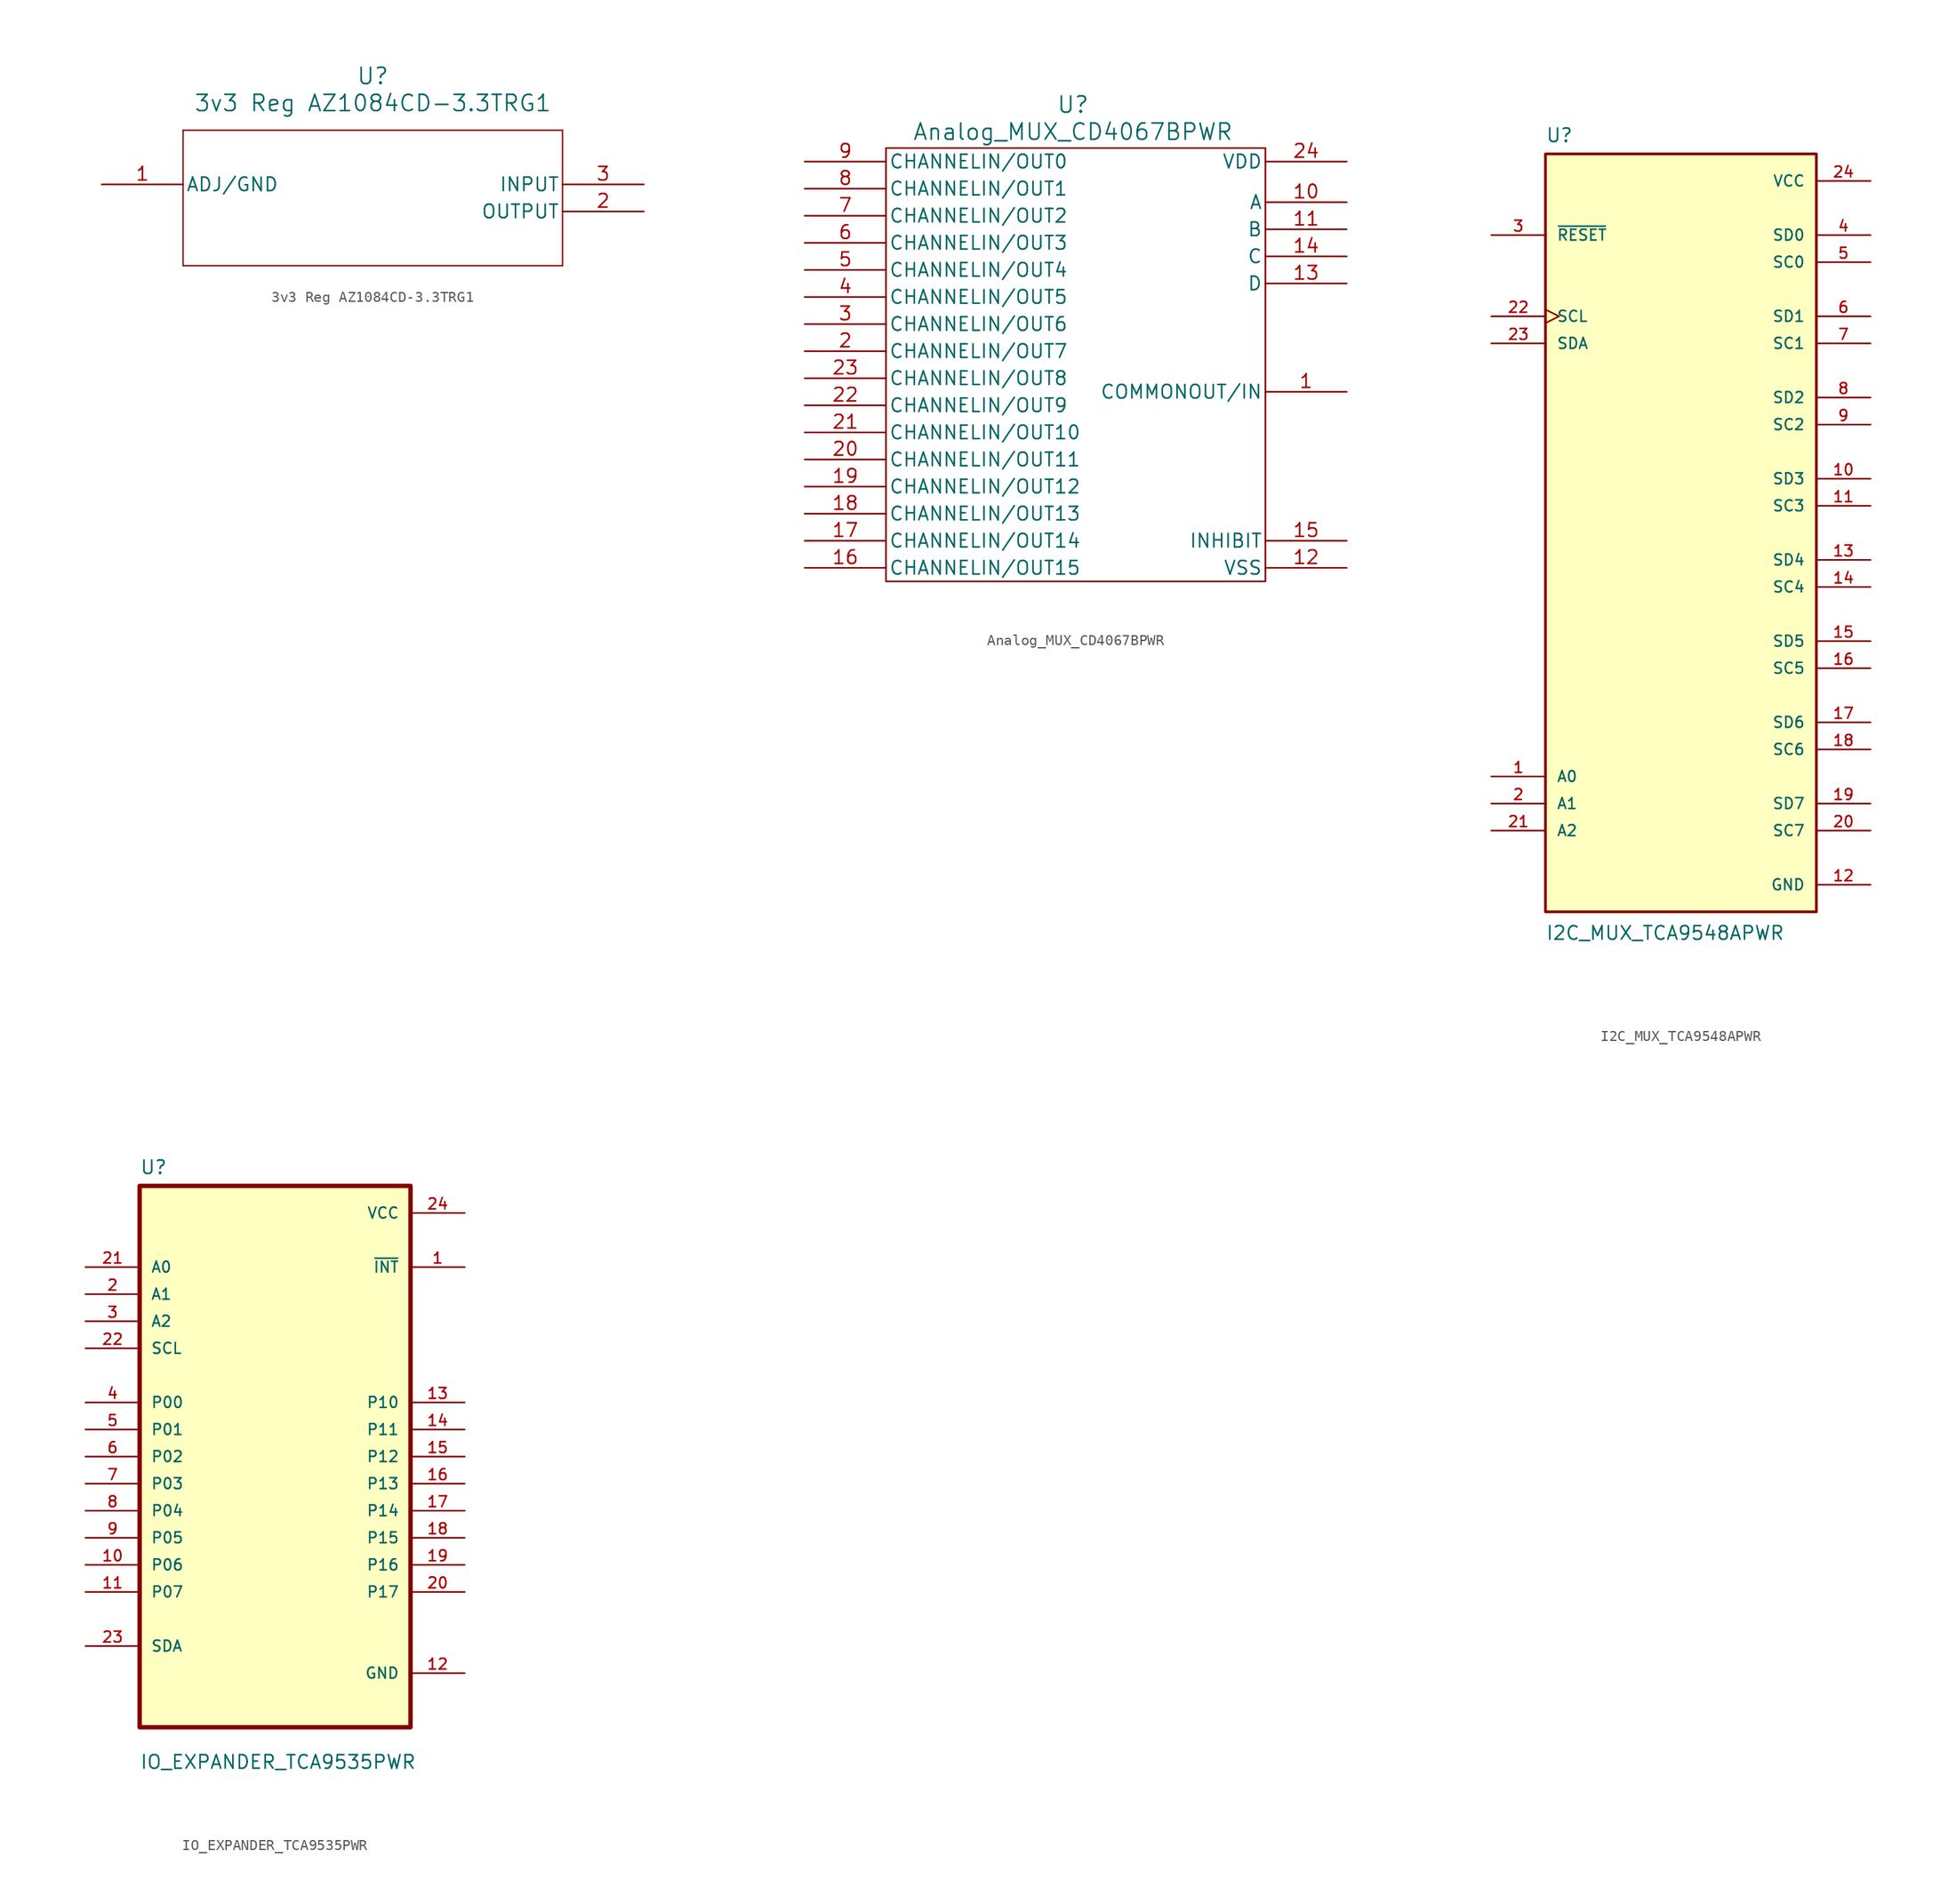
<source format=kicad_sym>
(kicad_symbol_lib
  (version 20241209)
  (generator "kicad_symbol_editor")
  (generator_version "9.0")
  (symbol "3v3 Reg AZ1084CD-3.3TRG1"
    (pin_names
      (offset 0.254))
    (property "Reference" "U"
      (at 25.4 10.16 0)
      (effects (font (size 1.524 1.524))))
    (property "Value" "3v3 Reg AZ1084CD-3.3TRG1"
      (at 25.4 7.62 0)
      (effects (font (size 1.524 1.524))))
    (symbol "3v3 Reg AZ1084CD-3.3TRG1_0_1"
      (polyline (pts (xy 7.62 5.08) (xy 7.62 -7.62)) (stroke (width 0.127) (type default)) (fill (type none)))
      (polyline (pts (xy 7.62 -7.62) (xy 43.18 -7.62)) (stroke (width 0.127) (type default)) (fill (type none)))
      (polyline (pts (xy 43.18 5.08) (xy 7.62 5.08)) (stroke (width 0.127) (type default)) (fill (type none)))
      (polyline (pts (xy 43.18 -7.62) (xy 43.18 5.08)) (stroke (width 0.127) (type default)) (fill (type none)))
      (pin power_out line (at 0 0 0) (length 7.62) (name "ADJ/GND" (effects (font (size 1.27 1.27)))) (number "1" (effects (font (size 1.27 1.27)))))
      (pin input line (at 50.8 0 180) (length 7.62) (name "INPUT" (effects (font (size 1.27 1.27)))) (number "3" (effects (font (size 1.27 1.27)))))
      (pin output line (at 50.8 -2.54 180) (length 7.62) (name "OUTPUT" (effects (font (size 1.27 1.27)))) (number "2" (effects (font (size 1.27 1.27)))))))
  (symbol "Analog_MUX_CD4067BPWR"
    (pin_names
      (offset 0.254))
    (property "Reference" "U"
      (at 25.146 5.334 0)
      (effects (font (size 1.524 1.524))))
    (property "Value" "Analog_MUX_CD4067BPWR"
      (at 25.146 2.794 0)
      (effects (font (size 1.524 1.524))))
    (symbol "Analog_MUX_CD4067BPWR_0_1"
      (rectangle (start 7.62 -39.37) (end 43.18 1.27) (stroke (width 0) (type default)) (fill (type none)))
      (pin bidirectional line (at 0 0 0) (length 7.62) (name "CHANNELIN/OUT0" (effects (font (size 1.27 1.27)))) (number "9" (effects (font (size 1.27 1.27)))))
      (pin bidirectional line (at 0 -2.54 0) (length 7.62) (name "CHANNELIN/OUT1" (effects (font (size 1.27 1.27)))) (number "8" (effects (font (size 1.27 1.27)))))
      (pin bidirectional line (at 0 -5.08 0) (length 7.62) (name "CHANNELIN/OUT2" (effects (font (size 1.27 1.27)))) (number "7" (effects (font (size 1.27 1.27)))))
      (pin bidirectional line (at 0 -7.62 0) (length 7.62) (name "CHANNELIN/OUT3" (effects (font (size 1.27 1.27)))) (number "6" (effects (font (size 1.27 1.27)))))
      (pin bidirectional line (at 0 -10.16 0) (length 7.62) (name "CHANNELIN/OUT4" (effects (font (size 1.27 1.27)))) (number "5" (effects (font (size 1.27 1.27)))))
      (pin bidirectional line (at 0 -12.7 0) (length 7.62) (name "CHANNELIN/OUT5" (effects (font (size 1.27 1.27)))) (number "4" (effects (font (size 1.27 1.27)))))
      (pin bidirectional line (at 0 -15.24 0) (length 7.62) (name "CHANNELIN/OUT6" (effects (font (size 1.27 1.27)))) (number "3" (effects (font (size 1.27 1.27)))))
      (pin bidirectional line (at 0 -17.78 0) (length 7.62) (name "CHANNELIN/OUT7" (effects (font (size 1.27 1.27)))) (number "2" (effects (font (size 1.27 1.27)))))
      (pin bidirectional line (at 0 -20.32 0) (length 7.62) (name "CHANNELIN/OUT8" (effects (font (size 1.27 1.27)))) (number "23" (effects (font (size 1.27 1.27)))))
      (pin bidirectional line (at 0 -22.86 0) (length 7.62) (name "CHANNELIN/OUT9" (effects (font (size 1.27 1.27)))) (number "22" (effects (font (size 1.27 1.27)))))
      (pin bidirectional line (at 0 -25.4 0) (length 7.62) (name "CHANNELIN/OUT10" (effects (font (size 1.27 1.27)))) (number "21" (effects (font (size 1.27 1.27)))))
      (pin bidirectional line (at 0 -27.94 0) (length 7.62) (name "CHANNELIN/OUT11" (effects (font (size 1.27 1.27)))) (number "20" (effects (font (size 1.27 1.27)))))
      (pin bidirectional line (at 0 -30.48 0) (length 7.62) (name "CHANNELIN/OUT12" (effects (font (size 1.27 1.27)))) (number "19" (effects (font (size 1.27 1.27)))))
      (pin bidirectional line (at 0 -33.02 0) (length 7.62) (name "CHANNELIN/OUT13" (effects (font (size 1.27 1.27)))) (number "18" (effects (font (size 1.27 1.27)))))
      (pin bidirectional line (at 0 -35.56 0) (length 7.62) (name "CHANNELIN/OUT14" (effects (font (size 1.27 1.27)))) (number "17" (effects (font (size 1.27 1.27)))))
      (pin bidirectional line (at 0 -38.1 0) (length 7.62) (name "CHANNELIN/OUT15" (effects (font (size 1.27 1.27)))) (number "16" (effects (font (size 1.27 1.27)))))
      (pin power_in line (at 50.8 0 180) (length 7.62) (name "VDD" (effects (font (size 1.27 1.27)))) (number "24" (effects (font (size 1.27 1.27)))))
      (pin unspecified line (at 50.8 -3.81 180) (length 7.62) (name "A" (effects (font (size 1.27 1.27)))) (number "10" (effects (font (size 1.27 1.27)))))
      (pin unspecified line (at 50.8 -6.35 180) (length 7.62) (name "B" (effects (font (size 1.27 1.27)))) (number "11" (effects (font (size 1.27 1.27)))))
      (pin unspecified line (at 50.8 -8.89 180) (length 7.62) (name "C" (effects (font (size 1.27 1.27)))) (number "14" (effects (font (size 1.27 1.27)))))
      (pin unspecified line (at 50.8 -11.43 180) (length 7.62) (name "D" (effects (font (size 1.27 1.27)))) (number "13" (effects (font (size 1.27 1.27)))))
      (pin bidirectional line (at 50.8 -21.59 180) (length 7.62) (name "COMMONOUT/IN" (effects (font (size 1.27 1.27)))) (number "1" (effects (font (size 1.27 1.27)))))
      (pin unspecified line (at 50.8 -35.56 180) (length 7.62) (name "INHIBIT" (effects (font (size 1.27 1.27)))) (number "15" (effects (font (size 1.27 1.27)))))
      (pin power_in line (at 50.8 -38.1 180) (length 7.62) (name "VSS" (effects (font (size 1.27 1.27)))) (number "12" (effects (font (size 1.27 1.27)))))))
  (symbol "I2C_MUX_TCA9548APWR"
    (pin_names
      (offset 1.016))
    (property "Reference" "U"
      (at -12.7 36.56 0)
      (effects (font (size 1.27 1.27)) (justify left bottom)))
    (property "Value" "I2C_MUX_TCA9548APWR"
      (at -12.7 -38.29 0)
      (effects (font (size 1.27 1.27)) (justify left bottom)))
    (symbol "I2C_MUX_TCA9548APWR_0_0"
      (rectangle (start -12.7 -35.56) (end 12.7 35.56) (stroke (width 0.254) (type default)) (fill (type background)))
      (pin input line (at -17.78 27.94 0) (length 5.08) (name "~{RESET}" (effects (font (size 1.016 1.016)))) (number "3" (effects (font (size 1.016 1.016)))))
      (pin input clock (at -17.78 20.32 0) (length 5.08) (name "SCL" (effects (font (size 1.016 1.016)))) (number "22" (effects (font (size 1.016 1.016)))))
      (pin bidirectional line (at -17.78 17.78 0) (length 5.08) (name "SDA" (effects (font (size 1.016 1.016)))) (number "23" (effects (font (size 1.016 1.016)))))
      (pin input line (at -17.78 -22.86 0) (length 5.08) (name "A0" (effects (font (size 1.016 1.016)))) (number "1" (effects (font (size 1.016 1.016)))))
      (pin input line (at -17.78 -25.4 0) (length 5.08) (name "A1" (effects (font (size 1.016 1.016)))) (number "2" (effects (font (size 1.016 1.016)))))
      (pin input line (at -17.78 -27.94 0) (length 5.08) (name "A2" (effects (font (size 1.016 1.016)))) (number "21" (effects (font (size 1.016 1.016)))))
      (pin power_in line (at 17.78 33.02 180) (length 5.08) (name "VCC" (effects (font (size 1.016 1.016)))) (number "24" (effects (font (size 1.016 1.016)))))
      (pin bidirectional line (at 17.78 27.94 180) (length 5.08) (name "SD0" (effects (font (size 1.016 1.016)))) (number "4" (effects (font (size 1.016 1.016)))))
      (pin bidirectional line (at 17.78 25.4 180) (length 5.08) (name "SC0" (effects (font (size 1.016 1.016)))) (number "5" (effects (font (size 1.016 1.016)))))
      (pin bidirectional line (at 17.78 20.32 180) (length 5.08) (name "SD1" (effects (font (size 1.016 1.016)))) (number "6" (effects (font (size 1.016 1.016)))))
      (pin bidirectional line (at 17.78 17.78 180) (length 5.08) (name "SC1" (effects (font (size 1.016 1.016)))) (number "7" (effects (font (size 1.016 1.016)))))
      (pin bidirectional line (at 17.78 12.7 180) (length 5.08) (name "SD2" (effects (font (size 1.016 1.016)))) (number "8" (effects (font (size 1.016 1.016)))))
      (pin bidirectional line (at 17.78 10.16 180) (length 5.08) (name "SC2" (effects (font (size 1.016 1.016)))) (number "9" (effects (font (size 1.016 1.016)))))
      (pin bidirectional line (at 17.78 5.08 180) (length 5.08) (name "SD3" (effects (font (size 1.016 1.016)))) (number "10" (effects (font (size 1.016 1.016)))))
      (pin bidirectional line (at 17.78 2.54 180) (length 5.08) (name "SC3" (effects (font (size 1.016 1.016)))) (number "11" (effects (font (size 1.016 1.016)))))
      (pin bidirectional line (at 17.78 -2.54 180) (length 5.08) (name "SD4" (effects (font (size 1.016 1.016)))) (number "13" (effects (font (size 1.016 1.016)))))
      (pin bidirectional line (at 17.78 -5.08 180) (length 5.08) (name "SC4" (effects (font (size 1.016 1.016)))) (number "14" (effects (font (size 1.016 1.016)))))
      (pin bidirectional line (at 17.78 -10.16 180) (length 5.08) (name "SD5" (effects (font (size 1.016 1.016)))) (number "15" (effects (font (size 1.016 1.016)))))
      (pin bidirectional line (at 17.78 -12.7 180) (length 5.08) (name "SC5" (effects (font (size 1.016 1.016)))) (number "16" (effects (font (size 1.016 1.016)))))
      (pin bidirectional line (at 17.78 -17.78 180) (length 5.08) (name "SD6" (effects (font (size 1.016 1.016)))) (number "17" (effects (font (size 1.016 1.016)))))
      (pin bidirectional line (at 17.78 -20.32 180) (length 5.08) (name "SC6" (effects (font (size 1.016 1.016)))) (number "18" (effects (font (size 1.016 1.016)))))
      (pin bidirectional line (at 17.78 -25.4 180) (length 5.08) (name "SD7" (effects (font (size 1.016 1.016)))) (number "19" (effects (font (size 1.016 1.016)))))
      (pin bidirectional line (at 17.78 -27.94 180) (length 5.08) (name "SC7" (effects (font (size 1.016 1.016)))) (number "20" (effects (font (size 1.016 1.016)))))
      (pin power_in line (at 17.78 -33.02 180) (length 5.08) (name "GND" (effects (font (size 1.016 1.016)))) (number "12" (effects (font (size 1.016 1.016)))))))
  (symbol "IO_EXPANDER_TCA9535PWR"
    (pin_names
      (offset 1.016))
    (property "Reference" "U"
      (at -12.7 26.4 0)
      (effects (font (size 1.27 1.27)) (justify left bottom)))
    (property "Value" "IO_EXPANDER_TCA9535PWR"
      (at -12.7 -29.4 0)
      (effects (font (size 1.27 1.27)) (justify left bottom)))
    (symbol "IO_EXPANDER_TCA9535PWR_0_0"
      (rectangle (start -12.7 -25.4) (end 12.7 25.4) (stroke (width 0.41) (type default)) (fill (type background)))
      (pin input line (at -17.78 17.78 0) (length 5.08) (name "A0" (effects (font (size 1.016 1.016)))) (number "21" (effects (font (size 1.016 1.016)))))
      (pin input line (at -17.78 15.24 0) (length 5.08) (name "A1" (effects (font (size 1.016 1.016)))) (number "2" (effects (font (size 1.016 1.016)))))
      (pin input line (at -17.78 12.7 0) (length 5.08) (name "A2" (effects (font (size 1.016 1.016)))) (number "3" (effects (font (size 1.016 1.016)))))
      (pin input line (at -17.78 10.16 0) (length 5.08) (name "SCL" (effects (font (size 1.016 1.016)))) (number "22" (effects (font (size 1.016 1.016)))))
      (pin bidirectional line (at -17.78 5.08 0) (length 5.08) (name "P00" (effects (font (size 1.016 1.016)))) (number "4" (effects (font (size 1.016 1.016)))))
      (pin bidirectional line (at -17.78 2.54 0) (length 5.08) (name "P01" (effects (font (size 1.016 1.016)))) (number "5" (effects (font (size 1.016 1.016)))))
      (pin bidirectional line (at -17.78 0 0) (length 5.08) (name "P02" (effects (font (size 1.016 1.016)))) (number "6" (effects (font (size 1.016 1.016)))))
      (pin bidirectional line (at -17.78 -2.54 0) (length 5.08) (name "P03" (effects (font (size 1.016 1.016)))) (number "7" (effects (font (size 1.016 1.016)))))
      (pin bidirectional line (at -17.78 -5.08 0) (length 5.08) (name "P04" (effects (font (size 1.016 1.016)))) (number "8" (effects (font (size 1.016 1.016)))))
      (pin bidirectional line (at -17.78 -7.62 0) (length 5.08) (name "P05" (effects (font (size 1.016 1.016)))) (number "9" (effects (font (size 1.016 1.016)))))
      (pin bidirectional line (at -17.78 -10.16 0) (length 5.08) (name "P06" (effects (font (size 1.016 1.016)))) (number "10" (effects (font (size 1.016 1.016)))))
      (pin bidirectional line (at -17.78 -12.7 0) (length 5.08) (name "P07" (effects (font (size 1.016 1.016)))) (number "11" (effects (font (size 1.016 1.016)))))
      (pin bidirectional line (at -17.78 -17.78 0) (length 5.08) (name "SDA" (effects (font (size 1.016 1.016)))) (number "23" (effects (font (size 1.016 1.016)))))
      (pin power_in line (at 17.78 22.86 180) (length 5.08) (name "VCC" (effects (font (size 1.016 1.016)))) (number "24" (effects (font (size 1.016 1.016)))))
      (pin output line (at 17.78 17.78 180) (length 5.08) (name "~{INT}" (effects (font (size 1.016 1.016)))) (number "1" (effects (font (size 1.016 1.016)))))
      (pin bidirectional line (at 17.78 5.08 180) (length 5.08) (name "P10" (effects (font (size 1.016 1.016)))) (number "13" (effects (font (size 1.016 1.016)))))
      (pin bidirectional line (at 17.78 2.54 180) (length 5.08) (name "P11" (effects (font (size 1.016 1.016)))) (number "14" (effects (font (size 1.016 1.016)))))
      (pin bidirectional line (at 17.78 0 180) (length 5.08) (name "P12" (effects (font (size 1.016 1.016)))) (number "15" (effects (font (size 1.016 1.016)))))
      (pin bidirectional line (at 17.78 -2.54 180) (length 5.08) (name "P13" (effects (font (size 1.016 1.016)))) (number "16" (effects (font (size 1.016 1.016)))))
      (pin bidirectional line (at 17.78 -5.08 180) (length 5.08) (name "P14" (effects (font (size 1.016 1.016)))) (number "17" (effects (font (size 1.016 1.016)))))
      (pin bidirectional line (at 17.78 -7.62 180) (length 5.08) (name "P15" (effects (font (size 1.016 1.016)))) (number "18" (effects (font (size 1.016 1.016)))))
      (pin bidirectional line (at 17.78 -10.16 180) (length 5.08) (name "P16" (effects (font (size 1.016 1.016)))) (number "19" (effects (font (size 1.016 1.016)))))
      (pin bidirectional line (at 17.78 -12.7 180) (length 5.08) (name "P17" (effects (font (size 1.016 1.016)))) (number "20" (effects (font (size 1.016 1.016)))))
      (pin power_in line (at 17.78 -20.32 180) (length 5.08) (name "GND" (effects (font (size 1.016 1.016)))) (number "12" (effects (font (size 1.016 1.016))))))))
</source>
